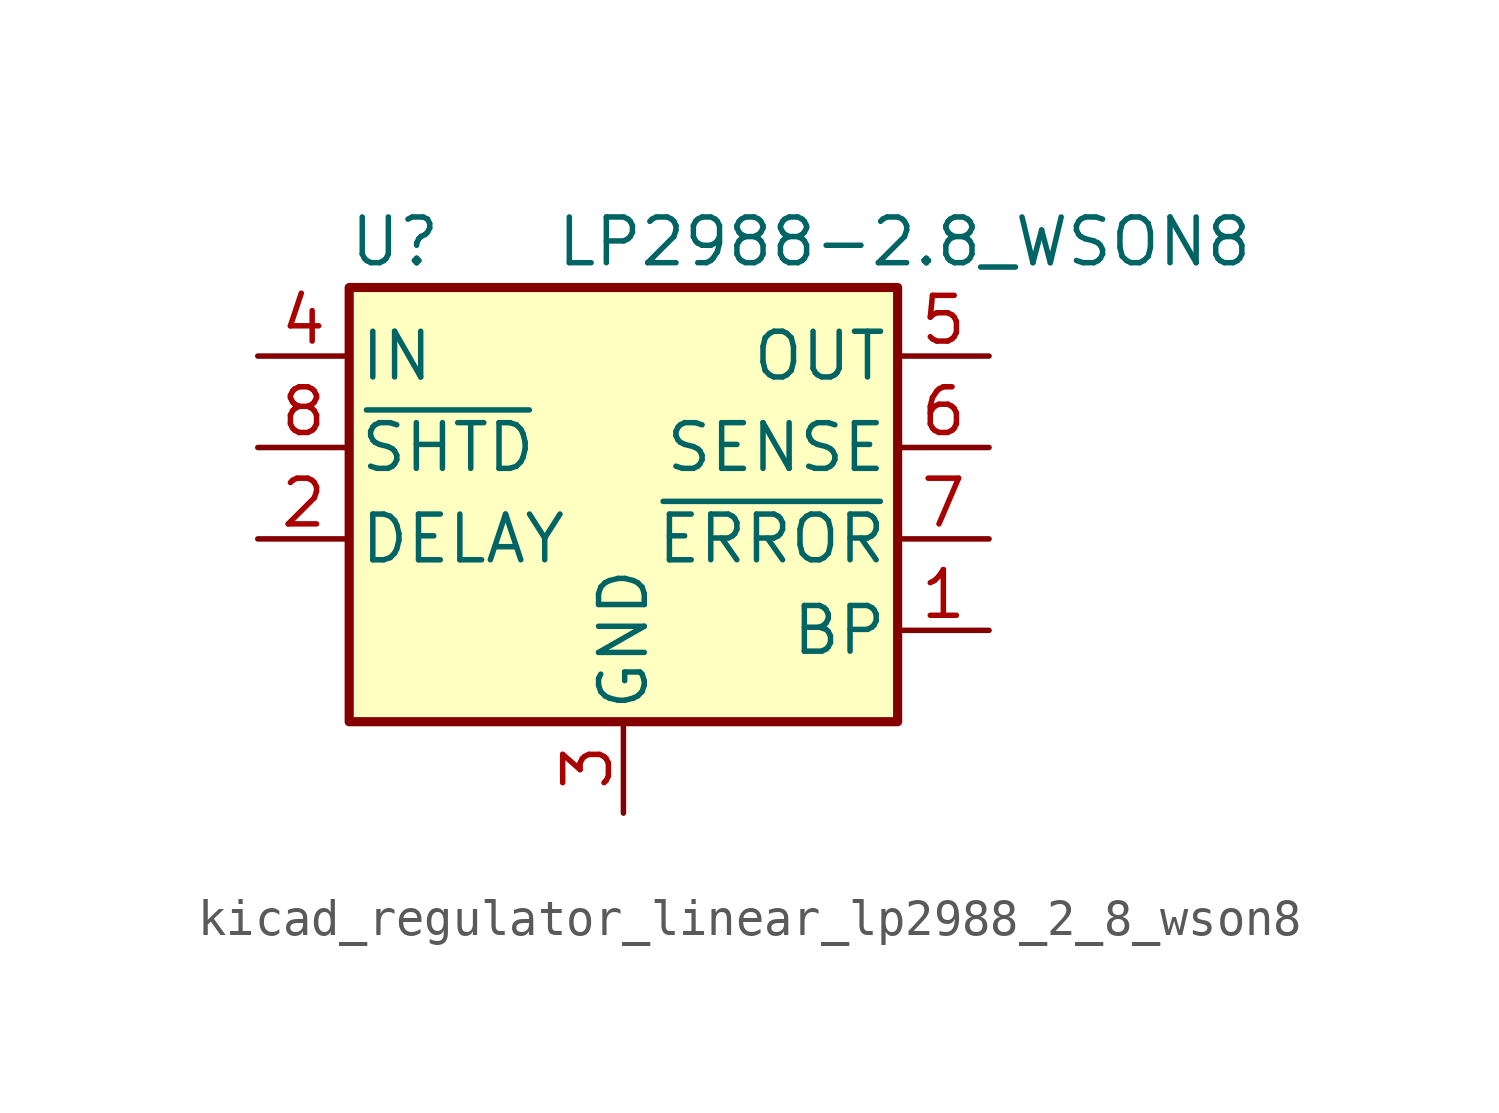
<source format=kicad_sym>
(kicad_symbol_lib
  (version 20220914)
  (generator kicad_symbol_editor)
  (symbol "kicad_regulator_linear_lp2988_2_8_wson8"
    (pin_names
      (offset 0.254))
    (property "Reference" "U"
      (at -6.35 5.715 0)
      (effects (font (size 1.27 1.27))))
    (property "Value" "LP2988-2.8_WSON8"
      (at -1.905 5.715 0)
      (effects (font (size 1.27 1.27)) (justify left)))
    (symbol "kicad_regulator_linear_lp2988_2_8_wson8_0_1"
      (rectangle (start -7.62 4.445) (end 7.62 -7.62) (stroke (width 0.254) (type default)) (fill (type background))))
    (symbol "kicad_regulator_linear_lp2988_2_8_wson8_1_1"
      (pin passive line (at 10.16 -5.08 180) (length 2.54) (name "BP" (effects (font (size 1.27 1.27)))) (number "1" (effects (font (size 1.27 1.27)))))
      (pin passive line (at -10.16 -2.54 0) (length 2.54) (name "DELAY" (effects (font (size 1.27 1.27)))) (number "2" (effects (font (size 1.27 1.27)))))
      (pin power_in line (at 0 -10.16 90) (length 2.54) (name "GND" (effects (font (size 1.27 1.27)))) (number "3" (effects (font (size 1.27 1.27)))))
      (pin power_in line (at -10.16 2.54 0) (length 2.54) (name "IN" (effects (font (size 1.27 1.27)))) (number "4" (effects (font (size 1.27 1.27)))))
      (pin power_out line (at 10.16 2.54 180) (length 2.54) (name "OUT" (effects (font (size 1.27 1.27)))) (number "5" (effects (font (size 1.27 1.27)))))
      (pin input line (at 10.16 0 180) (length 2.54) (name "SENSE" (effects (font (size 1.27 1.27)))) (number "6" (effects (font (size 1.27 1.27)))))
      (pin output line (at 10.16 -2.54 180) (length 2.54) (name "~{ERROR}" (effects (font (size 1.27 1.27)))) (number "7" (effects (font (size 1.27 1.27)))))
      (pin input line (at -10.16 0 0) (length 2.54) (name "~{SHTD}" (effects (font (size 1.27 1.27)))) (number "8" (effects (font (size 1.27 1.27)))))
      (pin passive line (at 0 -10.16 90) (length 2.54) hide (name "GND" (effects (font (size 1.27 1.27)))) (number "9" (effects (font (size 1.27 1.27))))))))
</source>
